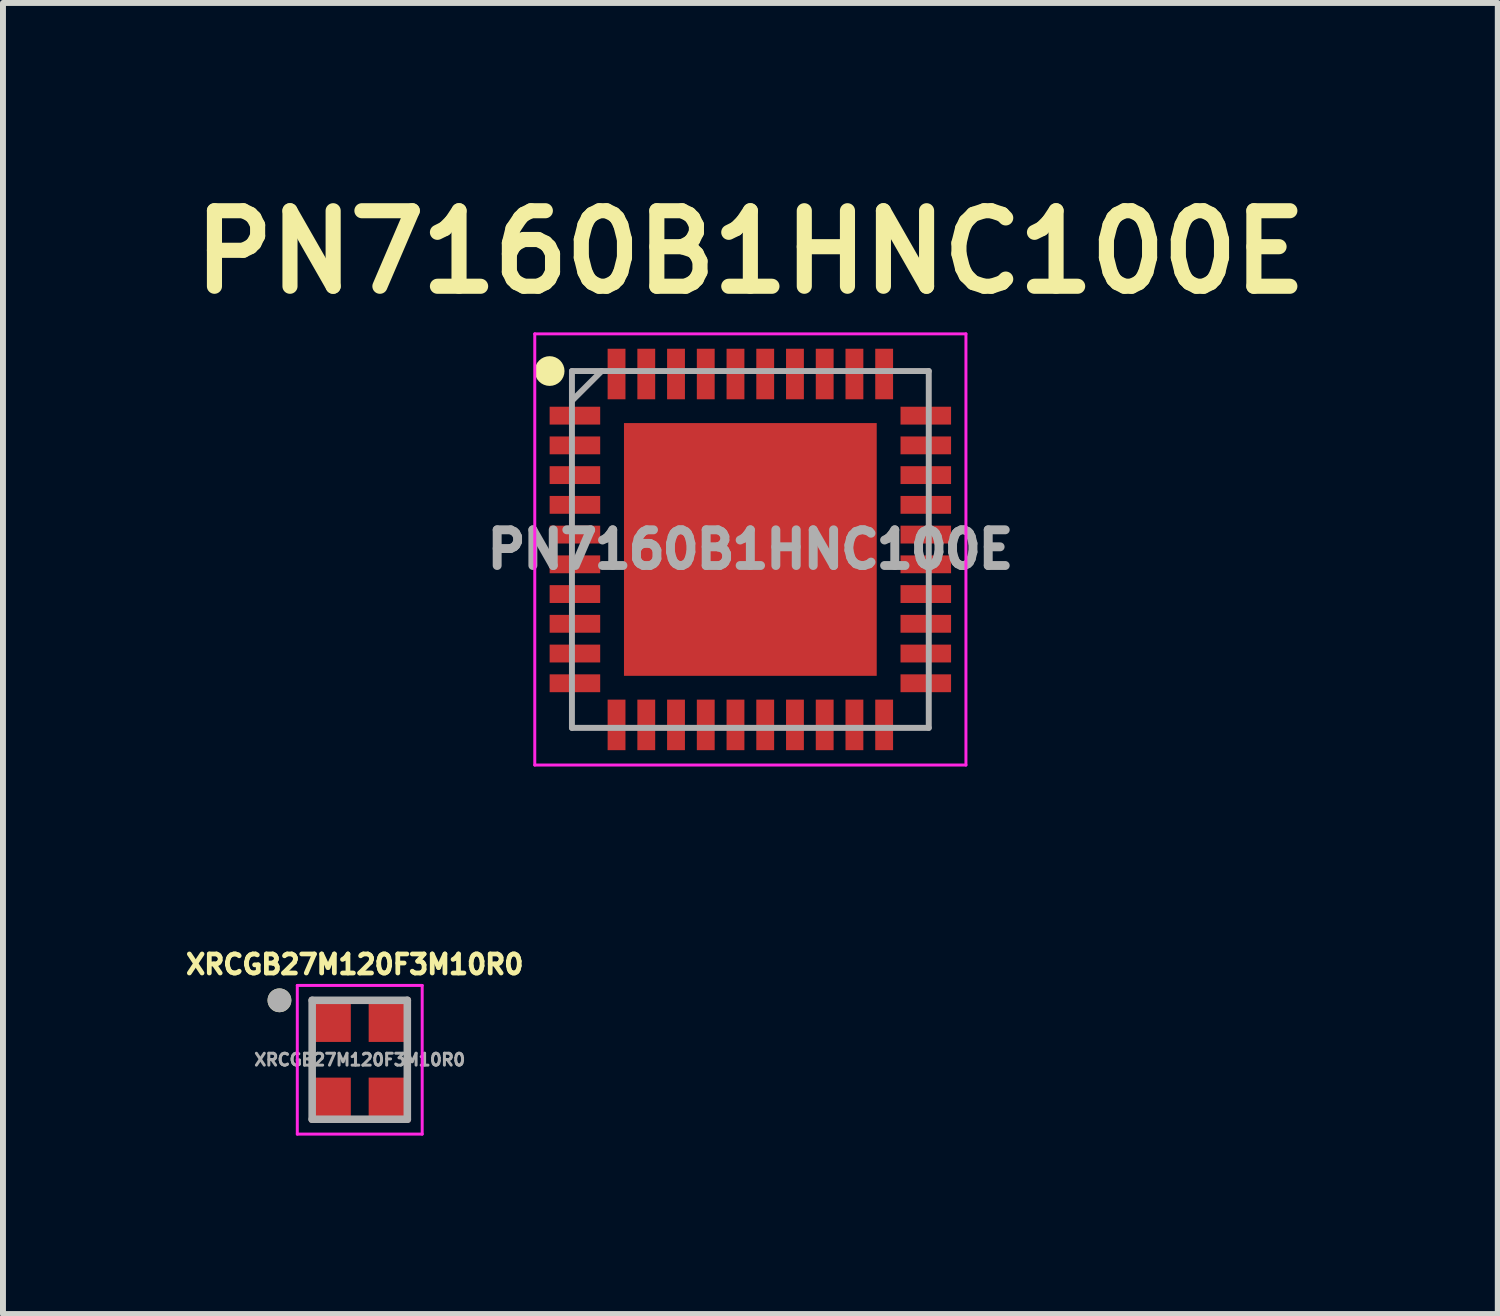
<source format=kicad_pcb>
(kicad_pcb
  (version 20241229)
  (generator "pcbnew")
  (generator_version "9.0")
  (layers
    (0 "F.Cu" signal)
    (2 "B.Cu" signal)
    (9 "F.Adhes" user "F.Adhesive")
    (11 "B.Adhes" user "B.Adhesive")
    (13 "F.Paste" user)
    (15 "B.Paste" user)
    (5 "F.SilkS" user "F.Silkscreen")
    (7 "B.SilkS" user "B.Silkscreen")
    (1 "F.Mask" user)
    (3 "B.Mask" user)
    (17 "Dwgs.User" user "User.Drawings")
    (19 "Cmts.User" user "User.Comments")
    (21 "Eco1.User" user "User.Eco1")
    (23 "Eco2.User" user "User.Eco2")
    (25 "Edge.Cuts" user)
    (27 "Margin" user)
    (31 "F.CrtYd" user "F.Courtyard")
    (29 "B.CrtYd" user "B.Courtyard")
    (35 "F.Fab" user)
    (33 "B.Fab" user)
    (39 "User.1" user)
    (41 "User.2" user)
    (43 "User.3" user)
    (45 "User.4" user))
  (footprint "PN7160B1HNC100E"
    (layer "F.Cu")
    (at 9.567 6.189)
    (property "Reference" "PN7160B1HNC100E" (at 0 -5 0) (layer "F.SilkS") (effects (font (size 1.27 1.27) (thickness 0.254))))
    (attr smd)
    (fp_circle (center -3.375 -3) (end -3.375 -2.875) (stroke (width 0.25) (type solid)) (fill no) (layer "F.SilkS"))
    (fp_line (start -3.625 -3.625) (end 3.625 -3.625) (stroke (width 0.05) (type solid)) (layer "F.CrtYd"))
    (fp_line (start -3.625 3.625) (end -3.625 -3.625) (stroke (width 0.05) (type solid)) (layer "F.CrtYd"))
    (fp_line (start 3.625 -3.625) (end 3.625 3.625) (stroke (width 0.05) (type solid)) (layer "F.CrtYd"))
    (fp_line (start 3.625 3.625) (end -3.625 3.625) (stroke (width 0.05) (type solid)) (layer "F.CrtYd"))
    (fp_line (start -3 -3) (end 3 -3) (stroke (width 0.1) (type solid)) (layer "F.Fab"))
    (fp_line (start -3 -2.5) (end -2.5 -3) (stroke (width 0.1) (type solid)) (layer "F.Fab"))
    (fp_line (start -3 3) (end -3 -3) (stroke (width 0.1) (type solid)) (layer "F.Fab"))
    (fp_line (start 3 -3) (end 3 3) (stroke (width 0.1) (type solid)) (layer "F.Fab"))
    (fp_line (start 3 3) (end -3 3) (stroke (width 0.1) (type solid)) (layer "F.Fab"))
    (fp_text user "${REFERENCE}" (at 0 0 0) (layer "F.Fab") (effects (font (size 0.6 0.6) (thickness 0.15))))
    (pad "1" smd rect (at -2.95 -2.25 90) (size 0.3 0.85) (layers "F.Cu" "F.Mask" "F.Paste"))
    (pad "2" smd rect (at -2.95 -1.75 90) (size 0.3 0.85) (layers "F.Cu" "F.Mask" "F.Paste"))
    (pad "3" smd rect (at -2.95 -1.25 90) (size 0.3 0.85) (layers "F.Cu" "F.Mask" "F.Paste"))
    (pad "4" smd rect (at -2.95 -0.75 90) (size 0.3 0.85) (layers "F.Cu" "F.Mask" "F.Paste"))
    (pad "5" smd rect (at -2.95 -0.25 90) (size 0.3 0.85) (layers "F.Cu" "F.Mask" "F.Paste"))
    (pad "6" smd rect (at -2.95 0.25 90) (size 0.3 0.85) (layers "F.Cu" "F.Mask" "F.Paste"))
    (pad "7" smd rect (at -2.95 0.75 90) (size 0.3 0.85) (layers "F.Cu" "F.Mask" "F.Paste"))
    (pad "8" smd rect (at -2.95 1.25 90) (size 0.3 0.85) (layers "F.Cu" "F.Mask" "F.Paste"))
    (pad "9" smd rect (at -2.95 1.75 90) (size 0.3 0.85) (layers "F.Cu" "F.Mask" "F.Paste"))
    (pad "10" smd rect (at -2.95 2.25 90) (size 0.3 0.85) (layers "F.Cu" "F.Mask" "F.Paste"))
    (pad "11" smd rect (at -2.25 2.95) (size 0.3 0.85) (layers "F.Cu" "F.Mask" "F.Paste"))
    (pad "12" smd rect (at -1.75 2.95) (size 0.3 0.85) (layers "F.Cu" "F.Mask" "F.Paste"))
    (pad "13" smd rect (at -1.25 2.95) (size 0.3 0.85) (layers "F.Cu" "F.Mask" "F.Paste"))
    (pad "14" smd rect (at -0.75 2.95) (size 0.3 0.85) (layers "F.Cu" "F.Mask" "F.Paste"))
    (pad "15" smd rect (at -0.25 2.95) (size 0.3 0.85) (layers "F.Cu" "F.Mask" "F.Paste"))
    (pad "16" smd rect (at 0.25 2.95) (size 0.3 0.85) (layers "F.Cu" "F.Mask" "F.Paste"))
    (pad "17" smd rect (at 0.75 2.95) (size 0.3 0.85) (layers "F.Cu" "F.Mask" "F.Paste"))
    (pad "18" smd rect (at 1.25 2.95) (size 0.3 0.85) (layers "F.Cu" "F.Mask" "F.Paste"))
    (pad "19" smd rect (at 1.75 2.95) (size 0.3 0.85) (layers "F.Cu" "F.Mask" "F.Paste"))
    (pad "20" smd rect (at 2.25 2.95) (size 0.3 0.85) (layers "F.Cu" "F.Mask" "F.Paste"))
    (pad "21" smd rect (at 2.95 2.25 90) (size 0.3 0.85) (layers "F.Cu" "F.Mask" "F.Paste"))
    (pad "22" smd rect (at 2.95 1.75 90) (size 0.3 0.85) (layers "F.Cu" "F.Mask" "F.Paste"))
    (pad "23" smd rect (at 2.95 1.25 90) (size 0.3 0.85) (layers "F.Cu" "F.Mask" "F.Paste"))
    (pad "24" smd rect (at 2.95 0.75 90) (size 0.3 0.85) (layers "F.Cu" "F.Mask" "F.Paste"))
    (pad "25" smd rect (at 2.95 0.25 90) (size 0.3 0.85) (layers "F.Cu" "F.Mask" "F.Paste"))
    (pad "26" smd rect (at 2.95 -0.25 90) (size 0.3 0.85) (layers "F.Cu" "F.Mask" "F.Paste"))
    (pad "27" smd rect (at 2.95 -0.75 90) (size 0.3 0.85) (layers "F.Cu" "F.Mask" "F.Paste"))
    (pad "28" smd rect (at 2.95 -1.25 90) (size 0.3 0.85) (layers "F.Cu" "F.Mask" "F.Paste"))
    (pad "29" smd rect (at 2.95 -1.75 90) (size 0.3 0.85) (layers "F.Cu" "F.Mask" "F.Paste"))
    (pad "30" smd rect (at 2.95 -2.25 90) (size 0.3 0.85) (layers "F.Cu" "F.Mask" "F.Paste"))
    (pad "31" smd rect (at 2.25 -2.95) (size 0.3 0.85) (layers "F.Cu" "F.Mask" "F.Paste"))
    (pad "32" smd rect (at 1.75 -2.95) (size 0.3 0.85) (layers "F.Cu" "F.Mask" "F.Paste"))
    (pad "33" smd rect (at 1.25 -2.95) (size 0.3 0.85) (layers "F.Cu" "F.Mask" "F.Paste"))
    (pad "34" smd rect (at 0.75 -2.95) (size 0.3 0.85) (layers "F.Cu" "F.Mask" "F.Paste"))
    (pad "35" smd rect (at 0.25 -2.95) (size 0.3 0.85) (layers "F.Cu" "F.Mask" "F.Paste"))
    (pad "36" smd rect (at -0.25 -2.95) (size 0.3 0.85) (layers "F.Cu" "F.Mask" "F.Paste"))
    (pad "37" smd rect (at -0.75 -2.95) (size 0.3 0.85) (layers "F.Cu" "F.Mask" "F.Paste"))
    (pad "38" smd rect (at -1.25 -2.95) (size 0.3 0.85) (layers "F.Cu" "F.Mask" "F.Paste"))
    (pad "39" smd rect (at -1.75 -2.95) (size 0.3 0.85) (layers "F.Cu" "F.Mask" "F.Paste"))
    (pad "40" smd rect (at -2.25 -2.95) (size 0.3 0.85) (layers "F.Cu" "F.Mask" "F.Paste"))
    (pad "41" smd rect (at 0 0) (size 4.25 4.25) (layers "F.Cu" "F.Mask" "F.Paste")))
  (footprint "XRCGB27M120F3M10R0"
    (layer "F.Cu")
    (at 2.999 14.77)
    (property "Reference" "XRCGB27M120F3M10R0" (at -0.084 -1.603 0) (layer "F.SilkS") (effects (font (size 0.32 0.32) (thickness 0.08))))
    (attr smd)
    (fp_circle (center -1.35 -1) (end -1.25 -1) (stroke (width 0.2) (type solid)) (fill no) (layer "F.SilkS"))
    (fp_line (start -1.05 -1.25) (end 1.05 -1.25) (stroke (width 0.05) (type solid)) (layer "F.CrtYd"))
    (fp_line (start -1.05 1.25) (end -1.05 -1.25) (stroke (width 0.05) (type solid)) (layer "F.CrtYd"))
    (fp_line (start 1.05 -1.25) (end 1.05 1.25) (stroke (width 0.05) (type solid)) (layer "F.CrtYd"))
    (fp_line (start 1.05 1.25) (end -1.05 1.25) (stroke (width 0.05) (type solid)) (layer "F.CrtYd"))
    (fp_line (start -0.8 -1) (end 0.8 -1) (stroke (width 0.127) (type solid)) (layer "F.Fab"))
    (fp_line (start -0.8 1) (end -0.8 -1) (stroke (width 0.127) (type solid)) (layer "F.Fab"))
    (fp_line (start 0.8 -1) (end 0.8 1) (stroke (width 0.127) (type solid)) (layer "F.Fab"))
    (fp_line (start 0.8 1) (end -0.8 1) (stroke (width 0.127) (type solid)) (layer "F.Fab"))
    (fp_circle (center -1.35 -1) (end -1.25 -1) (stroke (width 0.2) (type solid)) (fill no) (layer "F.Fab"))
    (fp_text user "${REFERENCE}" (at 0 0 0) (unlocked yes) (layer "F.Fab") (effects (font (size 0.2 0.2) (thickness 0.05))))
    (pad "1" smd rect (at -0.5 -0.675) (size 0.7 0.75) (layers "F.Cu" "F.Mask" "F.Paste"))
    (pad "2" smd rect (at -0.5 0.675) (size 0.7 0.75) (layers "F.Cu" "F.Mask" "F.Paste"))
    (pad "3" smd rect (at 0.5 0.675) (size 0.7 0.75) (layers "F.Cu" "F.Mask" "F.Paste"))
    (pad "4" smd rect (at 0.5 -0.675) (size 0.7 0.75) (layers "F.Cu" "F.Mask" "F.Paste")))
  (gr_rect
    (start -3 -3)
    (end 22.135 19.045)
    (stroke (width 0.1) (type default))
    (fill no)
    (layer "Edge.Cuts")))
</source>
